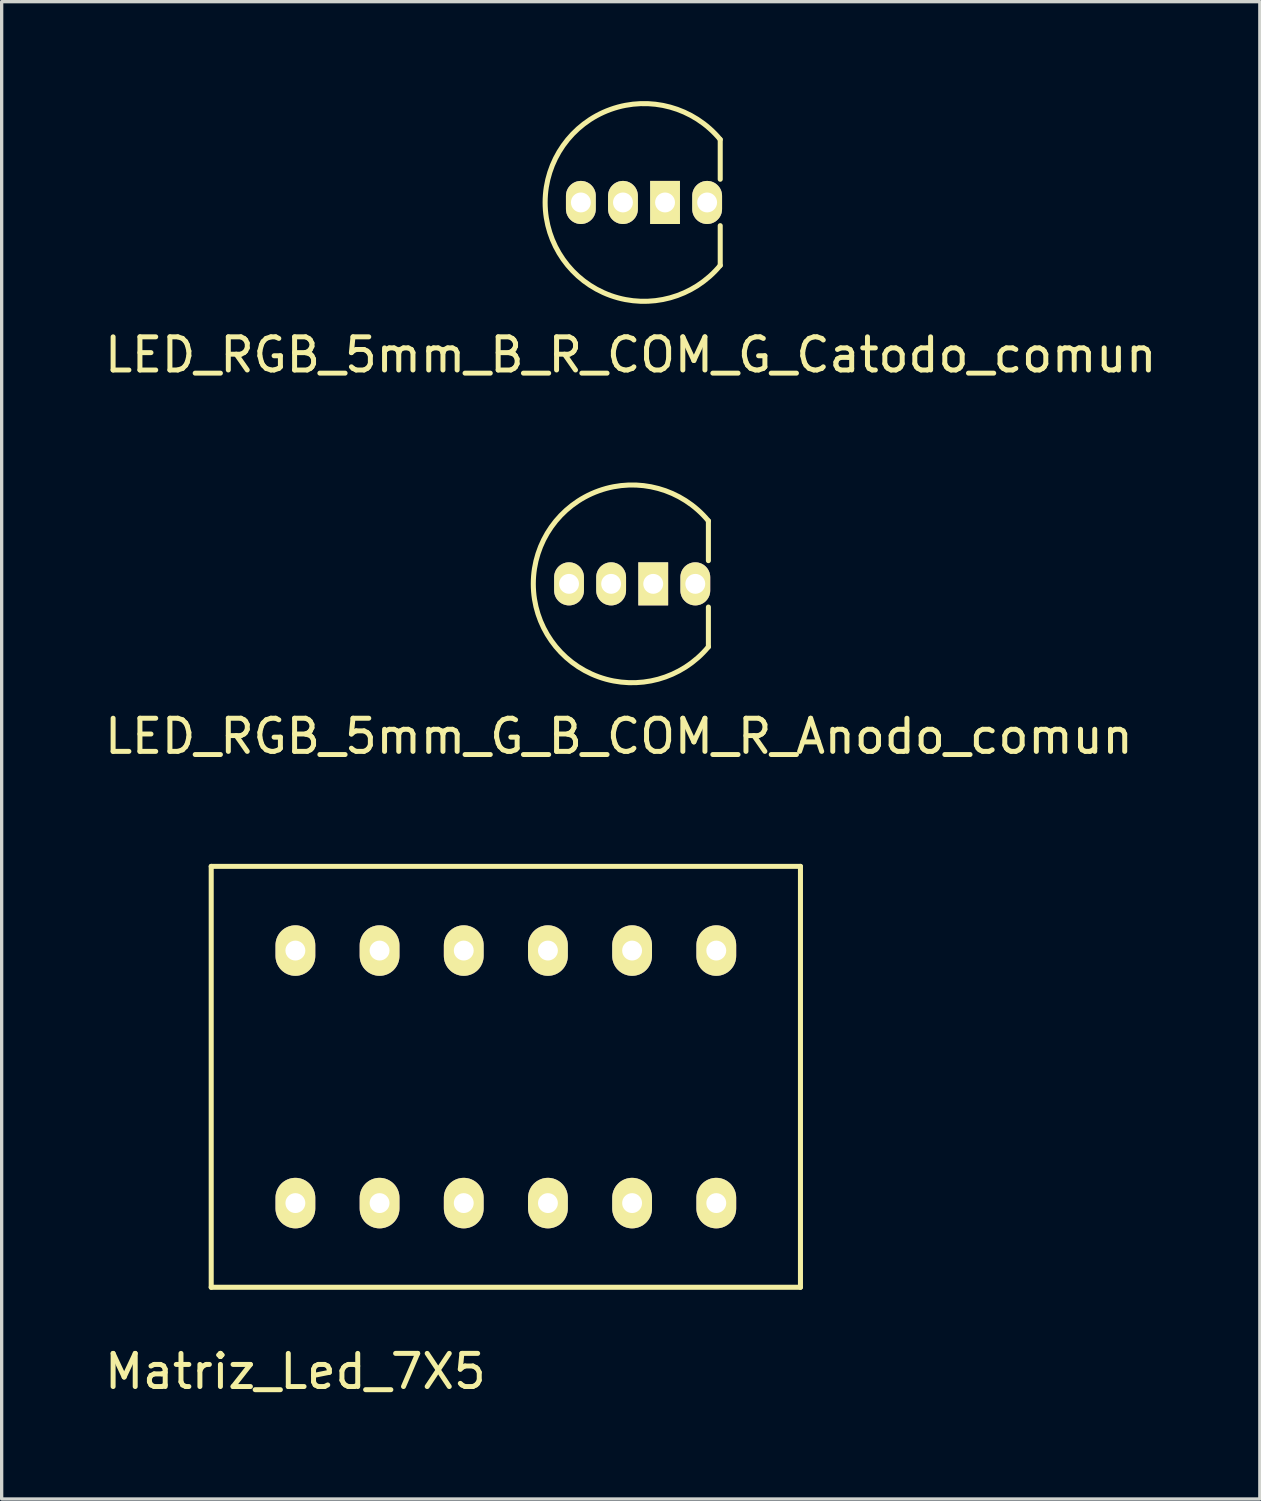
<source format=kicad_pcb>
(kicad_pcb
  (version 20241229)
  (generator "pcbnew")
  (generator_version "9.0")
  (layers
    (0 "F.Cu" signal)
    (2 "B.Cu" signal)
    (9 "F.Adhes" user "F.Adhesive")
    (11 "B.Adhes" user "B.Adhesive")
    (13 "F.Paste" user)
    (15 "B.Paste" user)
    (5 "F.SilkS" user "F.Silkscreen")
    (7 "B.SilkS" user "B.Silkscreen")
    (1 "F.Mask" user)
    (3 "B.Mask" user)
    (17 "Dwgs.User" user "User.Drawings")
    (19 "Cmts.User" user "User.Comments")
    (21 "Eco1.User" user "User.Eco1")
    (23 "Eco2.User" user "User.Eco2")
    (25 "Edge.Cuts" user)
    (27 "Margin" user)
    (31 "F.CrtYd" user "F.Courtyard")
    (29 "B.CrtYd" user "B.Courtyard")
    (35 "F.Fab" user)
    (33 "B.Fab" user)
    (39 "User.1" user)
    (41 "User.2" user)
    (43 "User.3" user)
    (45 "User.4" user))
  (footprint "LED_RGB_5mm_B_R_COM_G_Catodo_comun"
    (layer "F.Cu")
    (at 16.382 3.059)
    (property "Reference" "LED_RGB_5mm_B_R_COM_G_Catodo_comun" (at -0.4 4.6 0) (layer "F.SilkS") (effects (font (size 1 1) (thickness 0.15))))
    (attr through_hole)
    (fp_line (start 2.3 -1.9) (end 2.3 -0.7) (stroke (width 0.152) (type solid)) (layer "F.SilkS"))
    (fp_line (start 2.3 0.7) (end 2.3 1.9) (stroke (width 0.152) (type solid)) (layer "F.SilkS"))
    (fp_arc (start 2.3 1.9) (mid -2.983287 0) (end 2.3 -1.9) (stroke (width 0.1524) (type solid)) (layer "F.SilkS"))
    (pad "1" thru_hole oval (at -1.905 0) (size 0.9 1.3) (drill 0.6) (layers "*.Cu" "*.Mask" "F.SilkS"))
    (pad "2" thru_hole oval (at -0.635 0) (size 0.9 1.3) (drill 0.6) (layers "*.Cu" "*.Mask" "F.SilkS"))
    (pad "3" thru_hole rect (at 0.635 0) (size 0.9 1.3) (drill 0.6) (layers "*.Cu" "*.Mask" "F.SilkS"))
    (pad "4" thru_hole oval (at 1.905 0) (size 0.9 1.3) (drill 0.6) (layers "*.Cu" "*.Mask" "F.SilkS")))
  (footprint "LED_RGB_5mm_G_B_COM_R_Anodo_comun"
    (layer "F.Cu")
    (at 16.025 14.567)
    (property "Reference" "LED_RGB_5mm_G_B_COM_R_Anodo_comun" (at -0.4 4.6 0) (layer "F.SilkS") (effects (font (size 1 1) (thickness 0.15))))
    (attr through_hole)
    (fp_line (start 2.3 -1.9) (end 2.3 -0.7) (stroke (width 0.152) (type solid)) (layer "F.SilkS"))
    (fp_line (start 2.3 0.7) (end 2.3 1.9) (stroke (width 0.152) (type solid)) (layer "F.SilkS"))
    (fp_arc (start 2.3 1.9) (mid -2.983287 0) (end 2.3 -1.9) (stroke (width 0.1524) (type solid)) (layer "F.SilkS"))
    (pad "1" thru_hole oval (at -1.905 0) (size 0.9 1.3) (drill 0.6) (layers "*.Cu" "*.Mask" "F.SilkS"))
    (pad "2" thru_hole oval (at -0.635 0) (size 0.9 1.3) (drill 0.6) (layers "*.Cu" "*.Mask" "F.SilkS"))
    (pad "3" thru_hole rect (at 0.635 0) (size 0.9 1.3) (drill 0.6) (layers "*.Cu" "*.Mask" "F.SilkS"))
    (pad "4" thru_hole oval (at 1.905 0) (size 0.9 1.3) (drill 0.6) (layers "*.Cu" "*.Mask" "F.SilkS")))
  (footprint "Matriz_Led_7X5"
    (layer "F.Cu")
    (at 5.863 33.252)
    (property "Reference" "Matriz_Led_7X5" (at 0 5.08 0) (layer "F.SilkS") (effects (font (size 1 1) (thickness 0.15))))
    (attr through_hole)
    (fp_line (start -2.54 -10.16) (end -2.54 2.54) (stroke (width 0.152) (type solid)) (layer "F.SilkS"))
    (fp_line (start -2.54 2.54) (end 15.24 2.54) (stroke (width 0.152) (type solid)) (layer "F.SilkS"))
    (fp_line (start 15.24 -10.16) (end -2.54 -10.16) (stroke (width 0.152) (type solid)) (layer "F.SilkS"))
    (fp_line (start 15.24 2.54) (end 15.24 -10.16) (stroke (width 0.152) (type solid)) (layer "F.SilkS"))
    (pad "1" thru_hole oval (at 0 0) (size 1.2 1.524) (drill 0.6) (layers "*.Cu" "*.Mask" "F.SilkS"))
    (pad "2" thru_hole oval (at 2.54 0) (size 1.2 1.524) (drill 0.6) (layers "*.Cu" "*.Mask" "F.SilkS"))
    (pad "3" thru_hole oval (at 5.08 0) (size 1.2 1.524) (drill 0.6) (layers "*.Cu" "*.Mask" "F.SilkS"))
    (pad "4" thru_hole oval (at 7.62 0) (size 1.2 1.524) (drill 0.6) (layers "*.Cu" "*.Mask" "F.SilkS"))
    (pad "5" thru_hole oval (at 10.16 0) (size 1.2 1.524) (drill 0.6) (layers "*.Cu" "*.Mask" "F.SilkS"))
    (pad "6" thru_hole oval (at 12.7 0) (size 1.2 1.524) (drill 0.6) (layers "*.Cu" "*.Mask" "F.SilkS"))
    (pad "7" thru_hole oval (at 12.7 -7.62) (size 1.2 1.524) (drill 0.6) (layers "*.Cu" "*.Mask" "F.SilkS"))
    (pad "8" thru_hole oval (at 10.16 -7.62) (size 1.2 1.524) (drill 0.6) (layers "*.Cu" "*.Mask" "F.SilkS"))
    (pad "9" thru_hole oval (at 7.62 -7.62) (size 1.2 1.524) (drill 0.6) (layers "*.Cu" "*.Mask" "F.SilkS"))
    (pad "10" thru_hole oval (at 5.08 -7.62) (size 1.2 1.524) (drill 0.6) (layers "*.Cu" "*.Mask" "F.SilkS"))
    (pad "11" thru_hole oval (at 2.54 -7.62) (size 1.2 1.524) (drill 0.6) (layers "*.Cu" "*.Mask" "F.SilkS"))
    (pad "12" thru_hole oval (at 0 -7.62) (size 1.2 1.524) (drill 0.6) (layers "*.Cu" "*.Mask" "F.SilkS")))
  (gr_rect
    (start -3 -3)
    (end 34.964 42.18)
    (stroke (width 0.1) (type default))
    (fill no)
    (layer "Edge.Cuts")))
</source>
